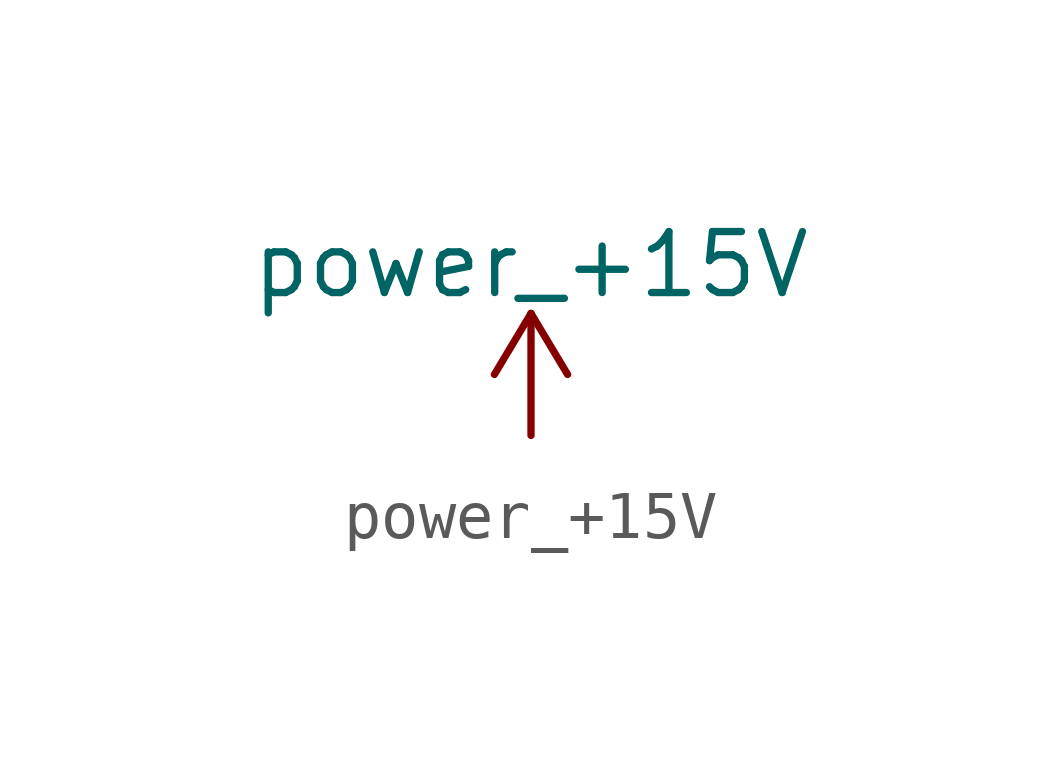
<source format=kicad_sym>
(kicad_symbol_lib
  (version 20211014)
  (generator kicad_symbol_editor)
  (symbol "power_+15V"
    (power)
    (pin_names
      (offset 0))
    (property "Reference" "#PWR"
      (at 0 -3.81 0)
      (effects (font (size 1.27 1.27)) hide))
    (property "Value" "power_+15V"
      (at 0 3.556 0)
      (effects (font (size 1.27 1.27))))
    (symbol "power_+15V_0_1"
      (polyline (pts (xy -0.762 1.27) (xy 0 2.54)) (stroke (width 0) (type default) (color 0 0 0 0)) (fill (type none)))
      (polyline (pts (xy 0 0) (xy 0 2.54)) (stroke (width 0) (type default) (color 0 0 0 0)) (fill (type none)))
      (polyline (pts (xy 0 2.54) (xy 0.762 1.27)) (stroke (width 0) (type default) (color 0 0 0 0)) (fill (type none))))
    (symbol "power_+15V_1_1"
      (pin power_in line (at 0 0 90) (length 0) hide (name "+15V" (effects (font (size 1.27 1.27)))) (number "1" (effects (font (size 1.27 1.27))))))))
</source>
